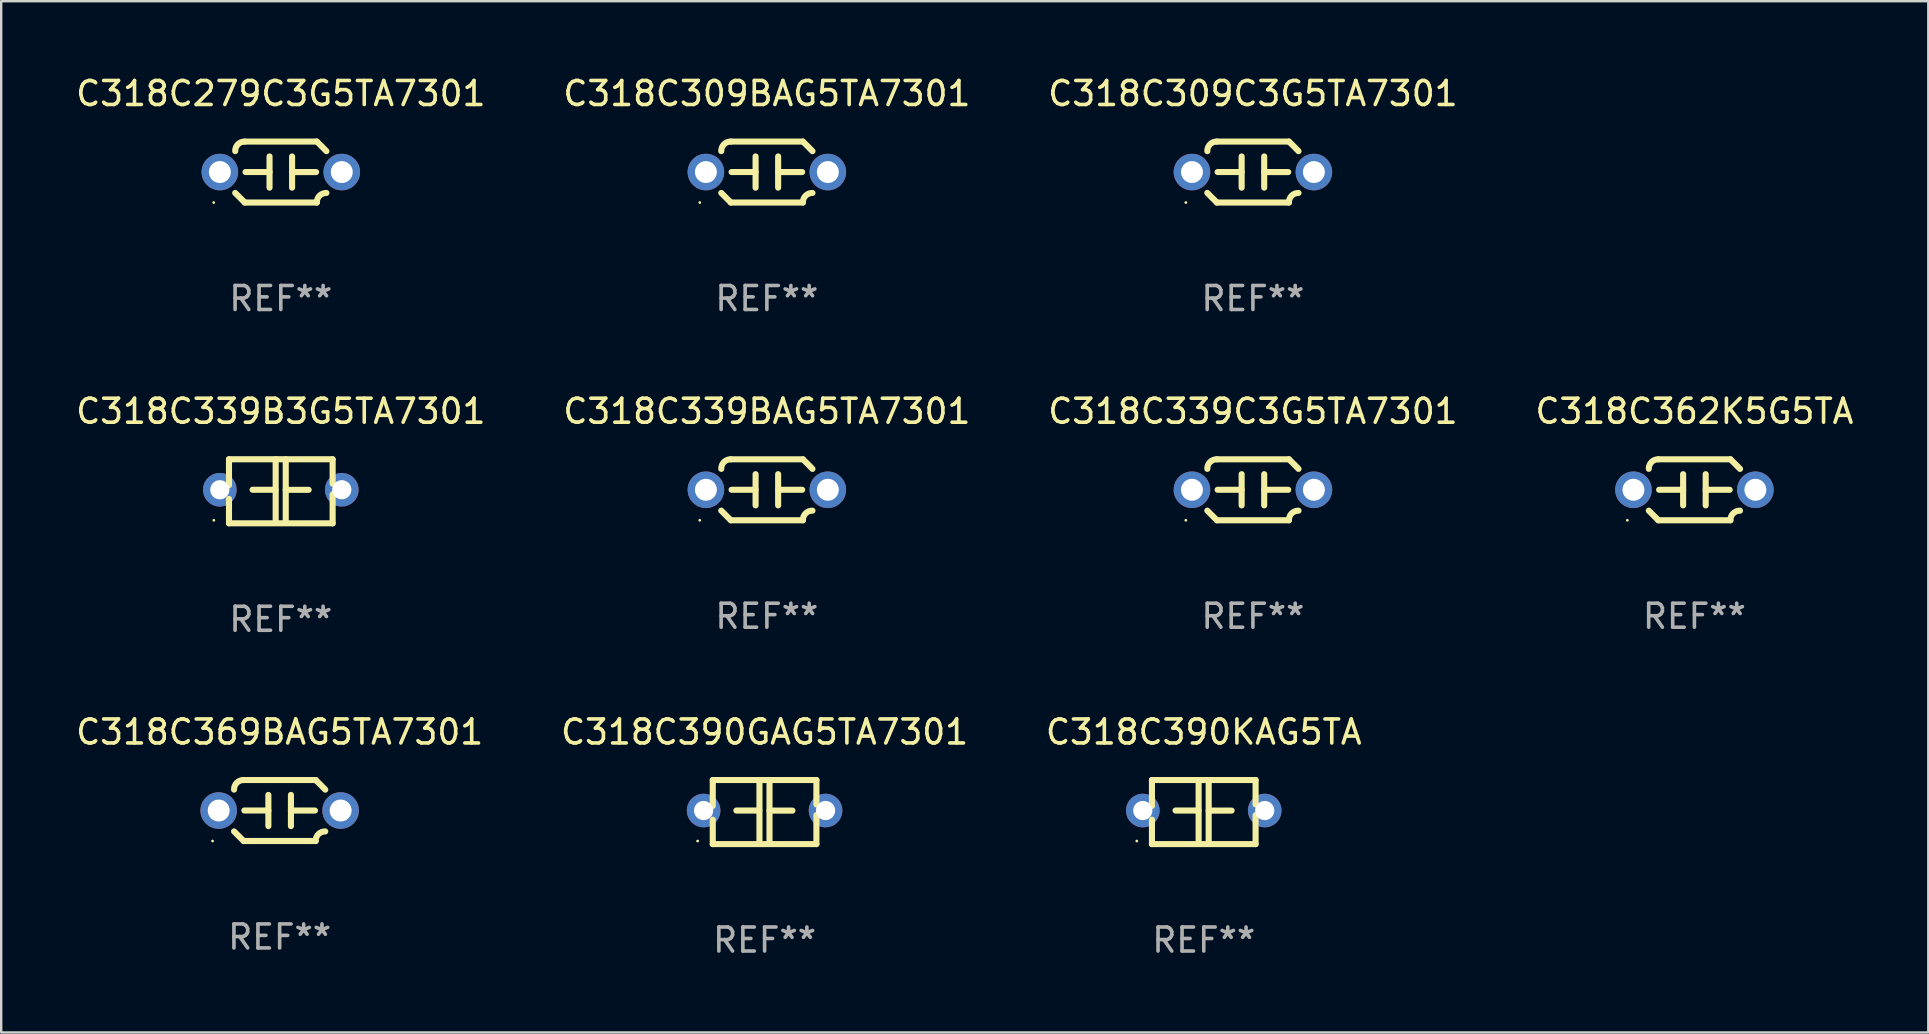
<source format=kicad_pcb>
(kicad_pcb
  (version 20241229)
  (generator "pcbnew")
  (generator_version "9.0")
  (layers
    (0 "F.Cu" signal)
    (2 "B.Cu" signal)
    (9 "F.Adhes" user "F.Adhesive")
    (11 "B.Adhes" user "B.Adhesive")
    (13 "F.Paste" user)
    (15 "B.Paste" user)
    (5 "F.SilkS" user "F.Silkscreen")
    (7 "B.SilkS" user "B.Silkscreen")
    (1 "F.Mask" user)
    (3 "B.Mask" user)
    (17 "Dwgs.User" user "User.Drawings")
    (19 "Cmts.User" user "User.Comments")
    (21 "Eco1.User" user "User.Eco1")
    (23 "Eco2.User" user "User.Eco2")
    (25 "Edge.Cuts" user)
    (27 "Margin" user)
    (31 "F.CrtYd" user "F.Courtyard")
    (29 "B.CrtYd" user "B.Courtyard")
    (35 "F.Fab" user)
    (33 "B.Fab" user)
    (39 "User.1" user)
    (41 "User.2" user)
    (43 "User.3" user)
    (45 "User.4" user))
  (footprint "C318C309BAG5TA7301"
    (layer "F.Cu")
    (at 28.899 4.118)
    (property "Reference" "C318C309BAG5TA7301" (at 0 -3.27 0) (layer "F.SilkS") (effects (font (size 1 1) (thickness 0.15))))
    (attr through_hole)
    (fp_line (start -1.5 -1.27) (end 1.5 -1.27) (stroke (width 0.254) (type solid)) (layer "F.SilkS"))
    (fp_line (start -0.47 -0.65) (end -0.47 0.65) (stroke (width 0.254) (type solid)) (layer "F.SilkS"))
    (fp_line (start -0.47 -0.000381) (end -1.47 -0.000381) (stroke (width 0.254) (type solid)) (layer "F.SilkS"))
    (fp_line (start 0.47 0.000356) (end 1.47 0.000356) (stroke (width 0.254) (type solid)) (layer "F.SilkS"))
    (fp_line (start 0.47 0.65) (end 0.47 -0.65) (stroke (width 0.254) (type solid)) (layer "F.SilkS"))
    (fp_line (start 1.5 1.27) (end -1.5 1.27) (stroke (width 0.254) (type solid)) (layer "F.SilkS"))
    (fp_arc (start -1.899924 -0.871221) (mid -1.78599 -1.156887) (end -1.5 -1.270003) (stroke (width 0.254001) (type solid)) (layer "F.SilkS"))
    (fp_arc (start -1.501217 1.269929) (mid -1.700682 1.070039) (end -1.9 0.870003) (stroke (width 0.254001) (type solid)) (layer "F.SilkS"))
    (fp_arc (start 1.5 1.270003) (mid 1.614112 0.984517) (end 1.899923 0.871222) (stroke (width 0.254001) (type solid)) (layer "F.SilkS"))
    (fp_arc (start 1.501219 -1.269927) (mid 1.70319 -1.072538) (end 1.9 -0.870003) (stroke (width 0.254001) (type solid)) (layer "F.SilkS"))
    (fp_circle (center -2.795 1.27) (end -2.765 1.27) (stroke (width 0.06) (type solid)) (fill no) (layer "F.SilkS"))
    (fp_text user "REF**" (at 0 5.27 0) (layer "F.Fab") (effects (font (size 1 1) (thickness 0.15))))
    (pad "1" thru_hole circle (at -2.54 0) (size 1.524 1.524) (drill 0.914) (layers "*.Cu" "*.Mask"))
    (pad "2" thru_hole circle (at 2.54 0) (size 1.524 1.524) (drill 0.914) (layers "*.Cu" "*.Mask")))
  (footprint "C318C390GAG5TA7301"
    (layer "F.Cu")
    (at 28.804 30.782)
    (property "Reference" "C318C390GAG5TA7301" (at 0 -3.334 0) (layer "F.SilkS") (effects (font (size 1 1) (thickness 0.15))))
    (attr through_hole)
    (fp_line (start -2.159 -1.334) (end 2.159 -1.334) (stroke (width 0.254) (type solid)) (layer "F.SilkS"))
    (fp_line (start -2.159 -0.256) (end -2.159 -1.334) (stroke (width 0.254) (type solid)) (layer "F.SilkS"))
    (fp_line (start -2.159 1.334) (end -2.159 0.318) (stroke (width 0.254) (type solid)) (layer "F.SilkS"))
    (fp_line (start -0.22 -0.064) (end -1.175 -0.064) (stroke (width 0.254) (type solid)) (layer "F.SilkS"))
    (fp_line (start -0.214 -1.334) (end -0.214 1.207) (stroke (width 0.254) (type solid)) (layer "F.SilkS"))
    (fp_line (start 0.205 -1.334) (end 0.205 1.207) (stroke (width 0.254) (type solid)) (layer "F.SilkS"))
    (fp_line (start 0.205 -0.061) (end 1.16 -0.061) (stroke (width 0.254) (type solid)) (layer "F.SilkS"))
    (fp_line (start 2.159 -1.334) (end 2.159 -0.318) (stroke (width 0.254) (type solid)) (layer "F.SilkS"))
    (fp_line (start 2.159 0.129) (end 2.159 1.334) (stroke (width 0.254) (type solid)) (layer "F.SilkS"))
    (fp_line (start 2.159 1.334) (end -2.159 1.334) (stroke (width 0.254) (type solid)) (layer "F.SilkS"))
    (fp_circle (center -2.79 1.207) (end -2.76 1.207) (stroke (width 0.06) (type solid)) (fill no) (layer "F.SilkS"))
    (fp_text user "REF**" (at 0 5.334 0) (layer "F.Fab") (effects (font (size 1 1) (thickness 0.15))))
    (pad "1" thru_hole circle (at -2.54 -0.064) (size 1.4 1.4) (drill 0.8) (layers "*.Cu" "*.Mask"))
    (pad "2" thru_hole circle (at 2.54 -0.064) (size 1.4 1.4) (drill 0.8) (layers "*.Cu" "*.Mask")))
  (footprint "C318C339C3G5TA7301"
    (layer "F.Cu")
    (at 49.149 17.355)
    (property "Reference" "C318C339C3G5TA7301" (at 0 -3.27 0) (layer "F.SilkS") (effects (font (size 1 1) (thickness 0.15))))
    (attr through_hole)
    (fp_line (start -1.5 -1.27) (end 1.5 -1.27) (stroke (width 0.254) (type solid)) (layer "F.SilkS"))
    (fp_line (start -0.47 -0.65) (end -0.47 0.65) (stroke (width 0.254) (type solid)) (layer "F.SilkS"))
    (fp_line (start -0.47 -0.000381) (end -1.47 -0.000381) (stroke (width 0.254) (type solid)) (layer "F.SilkS"))
    (fp_line (start 0.47 0.000356) (end 1.47 0.000356) (stroke (width 0.254) (type solid)) (layer "F.SilkS"))
    (fp_line (start 0.47 0.65) (end 0.47 -0.65) (stroke (width 0.254) (type solid)) (layer "F.SilkS"))
    (fp_line (start 1.5 1.27) (end -1.5 1.27) (stroke (width 0.254) (type solid)) (layer "F.SilkS"))
    (fp_arc (start -1.899924 -0.871221) (mid -1.78599 -1.156887) (end -1.5 -1.270003) (stroke (width 0.254001) (type solid)) (layer "F.SilkS"))
    (fp_arc (start -1.501217 1.269929) (mid -1.700682 1.070039) (end -1.9 0.870003) (stroke (width 0.254001) (type solid)) (layer "F.SilkS"))
    (fp_arc (start 1.5 1.270003) (mid 1.614112 0.984517) (end 1.899923 0.871222) (stroke (width 0.254001) (type solid)) (layer "F.SilkS"))
    (fp_arc (start 1.501219 -1.269927) (mid 1.70319 -1.072538) (end 1.9 -0.870003) (stroke (width 0.254001) (type solid)) (layer "F.SilkS"))
    (fp_circle (center -2.795 1.27) (end -2.765 1.27) (stroke (width 0.06) (type solid)) (fill no) (layer "F.SilkS"))
    (fp_text user "REF**" (at 0 5.27 0) (layer "F.Fab") (effects (font (size 1 1) (thickness 0.15))))
    (pad "1" thru_hole circle (at -2.54 0) (size 1.524 1.524) (drill 0.914) (layers "*.Cu" "*.Mask"))
    (pad "2" thru_hole circle (at 2.54 0) (size 1.524 1.524) (drill 0.914) (layers "*.Cu" "*.Mask")))
  (footprint "C318C339B3G5TA7301"
    (layer "F.Cu")
    (at 8.649 17.418)
    (property "Reference" "C318C339B3G5TA7301" (at 0 -3.334 0) (layer "F.SilkS") (effects (font (size 1 1) (thickness 0.15))))
    (attr through_hole)
    (fp_line (start -2.159 -1.334) (end 2.159 -1.334) (stroke (width 0.254) (type solid)) (layer "F.SilkS"))
    (fp_line (start -2.159 -0.256) (end -2.159 -1.334) (stroke (width 0.254) (type solid)) (layer "F.SilkS"))
    (fp_line (start -2.159 1.334) (end -2.159 0.318) (stroke (width 0.254) (type solid)) (layer "F.SilkS"))
    (fp_line (start -0.22 -0.064) (end -1.175 -0.064) (stroke (width 0.254) (type solid)) (layer "F.SilkS"))
    (fp_line (start -0.214 -1.334) (end -0.214 1.207) (stroke (width 0.254) (type solid)) (layer "F.SilkS"))
    (fp_line (start 0.205 -1.334) (end 0.205 1.207) (stroke (width 0.254) (type solid)) (layer "F.SilkS"))
    (fp_line (start 0.205 -0.061) (end 1.16 -0.061) (stroke (width 0.254) (type solid)) (layer "F.SilkS"))
    (fp_line (start 2.159 -1.334) (end 2.159 -0.318) (stroke (width 0.254) (type solid)) (layer "F.SilkS"))
    (fp_line (start 2.159 0.129) (end 2.159 1.334) (stroke (width 0.254) (type solid)) (layer "F.SilkS"))
    (fp_line (start 2.159 1.334) (end -2.159 1.334) (stroke (width 0.254) (type solid)) (layer "F.SilkS"))
    (fp_circle (center -2.79 1.207) (end -2.76 1.207) (stroke (width 0.06) (type solid)) (fill no) (layer "F.SilkS"))
    (fp_text user "REF**" (at 0 5.334 0) (layer "F.Fab") (effects (font (size 1 1) (thickness 0.15))))
    (pad "1" thru_hole circle (at -2.54 -0.064) (size 1.4 1.4) (drill 0.8) (layers "*.Cu" "*.Mask"))
    (pad "2" thru_hole circle (at 2.54 -0.064) (size 1.4 1.4) (drill 0.8) (layers "*.Cu" "*.Mask")))
  (footprint "C318C362K5G5TA"
    (layer "F.Cu")
    (at 67.542 17.355)
    (property "Reference" "C318C362K5G5TA" (at 0 -3.27 0) (layer "F.SilkS") (effects (font (size 1 1) (thickness 0.15))))
    (attr through_hole)
    (fp_line (start -1.5 -1.27) (end 1.5 -1.27) (stroke (width 0.254) (type solid)) (layer "F.SilkS"))
    (fp_line (start -0.47 -0.65) (end -0.47 0.65) (stroke (width 0.254) (type solid)) (layer "F.SilkS"))
    (fp_line (start -0.47 -0.000381) (end -1.47 -0.000381) (stroke (width 0.254) (type solid)) (layer "F.SilkS"))
    (fp_line (start 0.47 0.000356) (end 1.47 0.000356) (stroke (width 0.254) (type solid)) (layer "F.SilkS"))
    (fp_line (start 0.47 0.65) (end 0.47 -0.65) (stroke (width 0.254) (type solid)) (layer "F.SilkS"))
    (fp_line (start 1.5 1.27) (end -1.5 1.27) (stroke (width 0.254) (type solid)) (layer "F.SilkS"))
    (fp_arc (start -1.899924 -0.871221) (mid -1.78599 -1.156887) (end -1.5 -1.270003) (stroke (width 0.254001) (type solid)) (layer "F.SilkS"))
    (fp_arc (start -1.501217 1.269929) (mid -1.700682 1.070039) (end -1.9 0.870003) (stroke (width 0.254001) (type solid)) (layer "F.SilkS"))
    (fp_arc (start 1.5 1.270003) (mid 1.614112 0.984517) (end 1.899923 0.871222) (stroke (width 0.254001) (type solid)) (layer "F.SilkS"))
    (fp_arc (start 1.501219 -1.269927) (mid 1.70319 -1.072538) (end 1.9 -0.870003) (stroke (width 0.254001) (type solid)) (layer "F.SilkS"))
    (fp_circle (center -2.795 1.27) (end -2.765 1.27) (stroke (width 0.06) (type solid)) (fill no) (layer "F.SilkS"))
    (fp_text user "REF**" (at 0 5.27 0) (layer "F.Fab") (effects (font (size 1 1) (thickness 0.15))))
    (pad "1" thru_hole circle (at -2.54 0) (size 1.524 1.524) (drill 0.914) (layers "*.Cu" "*.Mask"))
    (pad "2" thru_hole circle (at 2.54 0) (size 1.524 1.524) (drill 0.914) (layers "*.Cu" "*.Mask")))
  (footprint "C318C279C3G5TA7301"
    (layer "F.Cu")
    (at 8.649 4.118)
    (property "Reference" "C318C279C3G5TA7301" (at 0 -3.27 0) (layer "F.SilkS") (effects (font (size 1 1) (thickness 0.15))))
    (attr through_hole)
    (fp_line (start -1.5 -1.27) (end 1.5 -1.27) (stroke (width 0.254) (type solid)) (layer "F.SilkS"))
    (fp_line (start -0.47 -0.65) (end -0.47 0.65) (stroke (width 0.254) (type solid)) (layer "F.SilkS"))
    (fp_line (start -0.47 -0.000381) (end -1.47 -0.000381) (stroke (width 0.254) (type solid)) (layer "F.SilkS"))
    (fp_line (start 0.47 0.000356) (end 1.47 0.000356) (stroke (width 0.254) (type solid)) (layer "F.SilkS"))
    (fp_line (start 0.47 0.65) (end 0.47 -0.65) (stroke (width 0.254) (type solid)) (layer "F.SilkS"))
    (fp_line (start 1.5 1.27) (end -1.5 1.27) (stroke (width 0.254) (type solid)) (layer "F.SilkS"))
    (fp_arc (start -1.899924 -0.871221) (mid -1.78599 -1.156887) (end -1.5 -1.270003) (stroke (width 0.254001) (type solid)) (layer "F.SilkS"))
    (fp_arc (start -1.501217 1.269929) (mid -1.700682 1.070039) (end -1.9 0.870003) (stroke (width 0.254001) (type solid)) (layer "F.SilkS"))
    (fp_arc (start 1.5 1.270003) (mid 1.614112 0.984517) (end 1.899923 0.871222) (stroke (width 0.254001) (type solid)) (layer "F.SilkS"))
    (fp_arc (start 1.501219 -1.269927) (mid 1.70319 -1.072538) (end 1.9 -0.870003) (stroke (width 0.254001) (type solid)) (layer "F.SilkS"))
    (fp_circle (center -2.795 1.27) (end -2.765 1.27) (stroke (width 0.06) (type solid)) (fill no) (layer "F.SilkS"))
    (fp_text user "REF**" (at 0 5.27 0) (layer "F.Fab") (effects (font (size 1 1) (thickness 0.15))))
    (pad "1" thru_hole circle (at -2.54 0) (size 1.524 1.524) (drill 0.914) (layers "*.Cu" "*.Mask"))
    (pad "2" thru_hole circle (at 2.54 0) (size 1.524 1.524) (drill 0.914) (layers "*.Cu" "*.Mask")))
  (footprint "C318C339BAG5TA7301"
    (layer "F.Cu")
    (at 28.899 17.355)
    (property "Reference" "C318C339BAG5TA7301" (at 0 -3.27 0) (layer "F.SilkS") (effects (font (size 1 1) (thickness 0.15))))
    (attr through_hole)
    (fp_line (start -1.5 -1.27) (end 1.5 -1.27) (stroke (width 0.254) (type solid)) (layer "F.SilkS"))
    (fp_line (start -0.47 -0.65) (end -0.47 0.65) (stroke (width 0.254) (type solid)) (layer "F.SilkS"))
    (fp_line (start -0.47 -0.000381) (end -1.47 -0.000381) (stroke (width 0.254) (type solid)) (layer "F.SilkS"))
    (fp_line (start 0.47 0.000356) (end 1.47 0.000356) (stroke (width 0.254) (type solid)) (layer "F.SilkS"))
    (fp_line (start 0.47 0.65) (end 0.47 -0.65) (stroke (width 0.254) (type solid)) (layer "F.SilkS"))
    (fp_line (start 1.5 1.27) (end -1.5 1.27) (stroke (width 0.254) (type solid)) (layer "F.SilkS"))
    (fp_arc (start -1.899924 -0.871221) (mid -1.78599 -1.156887) (end -1.5 -1.270003) (stroke (width 0.254001) (type solid)) (layer "F.SilkS"))
    (fp_arc (start -1.501217 1.269929) (mid -1.700682 1.070039) (end -1.9 0.870003) (stroke (width 0.254001) (type solid)) (layer "F.SilkS"))
    (fp_arc (start 1.5 1.270003) (mid 1.614112 0.984517) (end 1.899923 0.871222) (stroke (width 0.254001) (type solid)) (layer "F.SilkS"))
    (fp_arc (start 1.501219 -1.269927) (mid 1.70319 -1.072538) (end 1.9 -0.870003) (stroke (width 0.254001) (type solid)) (layer "F.SilkS"))
    (fp_circle (center -2.795 1.27) (end -2.765 1.27) (stroke (width 0.06) (type solid)) (fill no) (layer "F.SilkS"))
    (fp_text user "REF**" (at 0 5.27 0) (layer "F.Fab") (effects (font (size 1 1) (thickness 0.15))))
    (pad "1" thru_hole circle (at -2.54 0) (size 1.524 1.524) (drill 0.914) (layers "*.Cu" "*.Mask"))
    (pad "2" thru_hole circle (at 2.54 0) (size 1.524 1.524) (drill 0.914) (layers "*.Cu" "*.Mask")))
  (footprint "C318C309C3G5TA7301"
    (layer "F.Cu")
    (at 49.149 4.118)
    (property "Reference" "C318C309C3G5TA7301" (at 0 -3.27 0) (layer "F.SilkS") (effects (font (size 1 1) (thickness 0.15))))
    (attr through_hole)
    (fp_line (start -1.5 -1.27) (end 1.5 -1.27) (stroke (width 0.254) (type solid)) (layer "F.SilkS"))
    (fp_line (start -0.47 -0.65) (end -0.47 0.65) (stroke (width 0.254) (type solid)) (layer "F.SilkS"))
    (fp_line (start -0.47 -0.000381) (end -1.47 -0.000381) (stroke (width 0.254) (type solid)) (layer "F.SilkS"))
    (fp_line (start 0.47 0.000356) (end 1.47 0.000356) (stroke (width 0.254) (type solid)) (layer "F.SilkS"))
    (fp_line (start 0.47 0.65) (end 0.47 -0.65) (stroke (width 0.254) (type solid)) (layer "F.SilkS"))
    (fp_line (start 1.5 1.27) (end -1.5 1.27) (stroke (width 0.254) (type solid)) (layer "F.SilkS"))
    (fp_arc (start -1.899924 -0.871221) (mid -1.78599 -1.156887) (end -1.5 -1.270003) (stroke (width 0.254001) (type solid)) (layer "F.SilkS"))
    (fp_arc (start -1.501217 1.269929) (mid -1.700682 1.070039) (end -1.9 0.870003) (stroke (width 0.254001) (type solid)) (layer "F.SilkS"))
    (fp_arc (start 1.5 1.270003) (mid 1.614112 0.984517) (end 1.899923 0.871222) (stroke (width 0.254001) (type solid)) (layer "F.SilkS"))
    (fp_arc (start 1.501219 -1.269927) (mid 1.70319 -1.072538) (end 1.9 -0.870003) (stroke (width 0.254001) (type solid)) (layer "F.SilkS"))
    (fp_circle (center -2.795 1.27) (end -2.765 1.27) (stroke (width 0.06) (type solid)) (fill no) (layer "F.SilkS"))
    (fp_text user "REF**" (at 0 5.27 0) (layer "F.Fab") (effects (font (size 1 1) (thickness 0.15))))
    (pad "1" thru_hole circle (at -2.54 0) (size 1.524 1.524) (drill 0.914) (layers "*.Cu" "*.Mask"))
    (pad "2" thru_hole circle (at 2.54 0) (size 1.524 1.524) (drill 0.914) (layers "*.Cu" "*.Mask")))
  (footprint "C318C369BAG5TA7301"
    (layer "F.Cu")
    (at 8.601 30.718)
    (property "Reference" "C318C369BAG5TA7301" (at 0 -3.27 0) (layer "F.SilkS") (effects (font (size 1 1) (thickness 0.15))))
    (attr through_hole)
    (fp_line (start -1.5 -1.27) (end 1.5 -1.27) (stroke (width 0.254) (type solid)) (layer "F.SilkS"))
    (fp_line (start -0.47 -0.65) (end -0.47 0.65) (stroke (width 0.254) (type solid)) (layer "F.SilkS"))
    (fp_line (start -0.47 -0.000381) (end -1.47 -0.000381) (stroke (width 0.254) (type solid)) (layer "F.SilkS"))
    (fp_line (start 0.47 0.000356) (end 1.47 0.000356) (stroke (width 0.254) (type solid)) (layer "F.SilkS"))
    (fp_line (start 0.47 0.65) (end 0.47 -0.65) (stroke (width 0.254) (type solid)) (layer "F.SilkS"))
    (fp_line (start 1.5 1.27) (end -1.5 1.27) (stroke (width 0.254) (type solid)) (layer "F.SilkS"))
    (fp_arc (start -1.899924 -0.871221) (mid -1.78599 -1.156887) (end -1.5 -1.270003) (stroke (width 0.254001) (type solid)) (layer "F.SilkS"))
    (fp_arc (start -1.501217 1.269929) (mid -1.700682 1.070039) (end -1.9 0.870003) (stroke (width 0.254001) (type solid)) (layer "F.SilkS"))
    (fp_arc (start 1.5 1.270003) (mid 1.614112 0.984517) (end 1.899923 0.871222) (stroke (width 0.254001) (type solid)) (layer "F.SilkS"))
    (fp_arc (start 1.501219 -1.269927) (mid 1.70319 -1.072538) (end 1.9 -0.870003) (stroke (width 0.254001) (type solid)) (layer "F.SilkS"))
    (fp_circle (center -2.795 1.27) (end -2.765 1.27) (stroke (width 0.06) (type solid)) (fill no) (layer "F.SilkS"))
    (fp_text user "REF**" (at 0 5.27 0) (layer "F.Fab") (effects (font (size 1 1) (thickness 0.15))))
    (pad "1" thru_hole circle (at -2.54 0) (size 1.524 1.524) (drill 0.914) (layers "*.Cu" "*.Mask"))
    (pad "2" thru_hole circle (at 2.54 0) (size 1.524 1.524) (drill 0.914) (layers "*.Cu" "*.Mask")))
  (footprint "C318C390KAG5TA"
    (layer "F.Cu")
    (at 47.101 30.782)
    (property "Reference" "C318C390KAG5TA" (at 0 -3.334 0) (layer "F.SilkS") (effects (font (size 1 1) (thickness 0.15))))
    (attr through_hole)
    (fp_line (start -2.159 -1.334) (end 2.159 -1.334) (stroke (width 0.254) (type solid)) (layer "F.SilkS"))
    (fp_line (start -2.159 -0.256) (end -2.159 -1.334) (stroke (width 0.254) (type solid)) (layer "F.SilkS"))
    (fp_line (start -2.159 1.334) (end -2.159 0.318) (stroke (width 0.254) (type solid)) (layer "F.SilkS"))
    (fp_line (start -0.22 -0.064) (end -1.175 -0.064) (stroke (width 0.254) (type solid)) (layer "F.SilkS"))
    (fp_line (start -0.214 -1.334) (end -0.214 1.207) (stroke (width 0.254) (type solid)) (layer "F.SilkS"))
    (fp_line (start 0.205 -1.334) (end 0.205 1.207) (stroke (width 0.254) (type solid)) (layer "F.SilkS"))
    (fp_line (start 0.205 -0.061) (end 1.16 -0.061) (stroke (width 0.254) (type solid)) (layer "F.SilkS"))
    (fp_line (start 2.159 -1.334) (end 2.159 -0.318) (stroke (width 0.254) (type solid)) (layer "F.SilkS"))
    (fp_line (start 2.159 0.129) (end 2.159 1.334) (stroke (width 0.254) (type solid)) (layer "F.SilkS"))
    (fp_line (start 2.159 1.334) (end -2.159 1.334) (stroke (width 0.254) (type solid)) (layer "F.SilkS"))
    (fp_circle (center -2.79 1.207) (end -2.76 1.207) (stroke (width 0.06) (type solid)) (fill no) (layer "F.SilkS"))
    (fp_text user "REF**" (at 0 5.334 0) (layer "F.Fab") (effects (font (size 1 1) (thickness 0.15))))
    (pad "1" thru_hole circle (at -2.54 -0.064) (size 1.4 1.4) (drill 0.8) (layers "*.Cu" "*.Mask"))
    (pad "2" thru_hole circle (at 2.54 -0.064) (size 1.4 1.4) (drill 0.8) (layers "*.Cu" "*.Mask")))
  (gr_rect
    (start -3 -3)
    (end 77.286 39.964)
    (stroke (width 0.1) (type default))
    (fill no)
    (layer "Edge.Cuts")))
</source>
